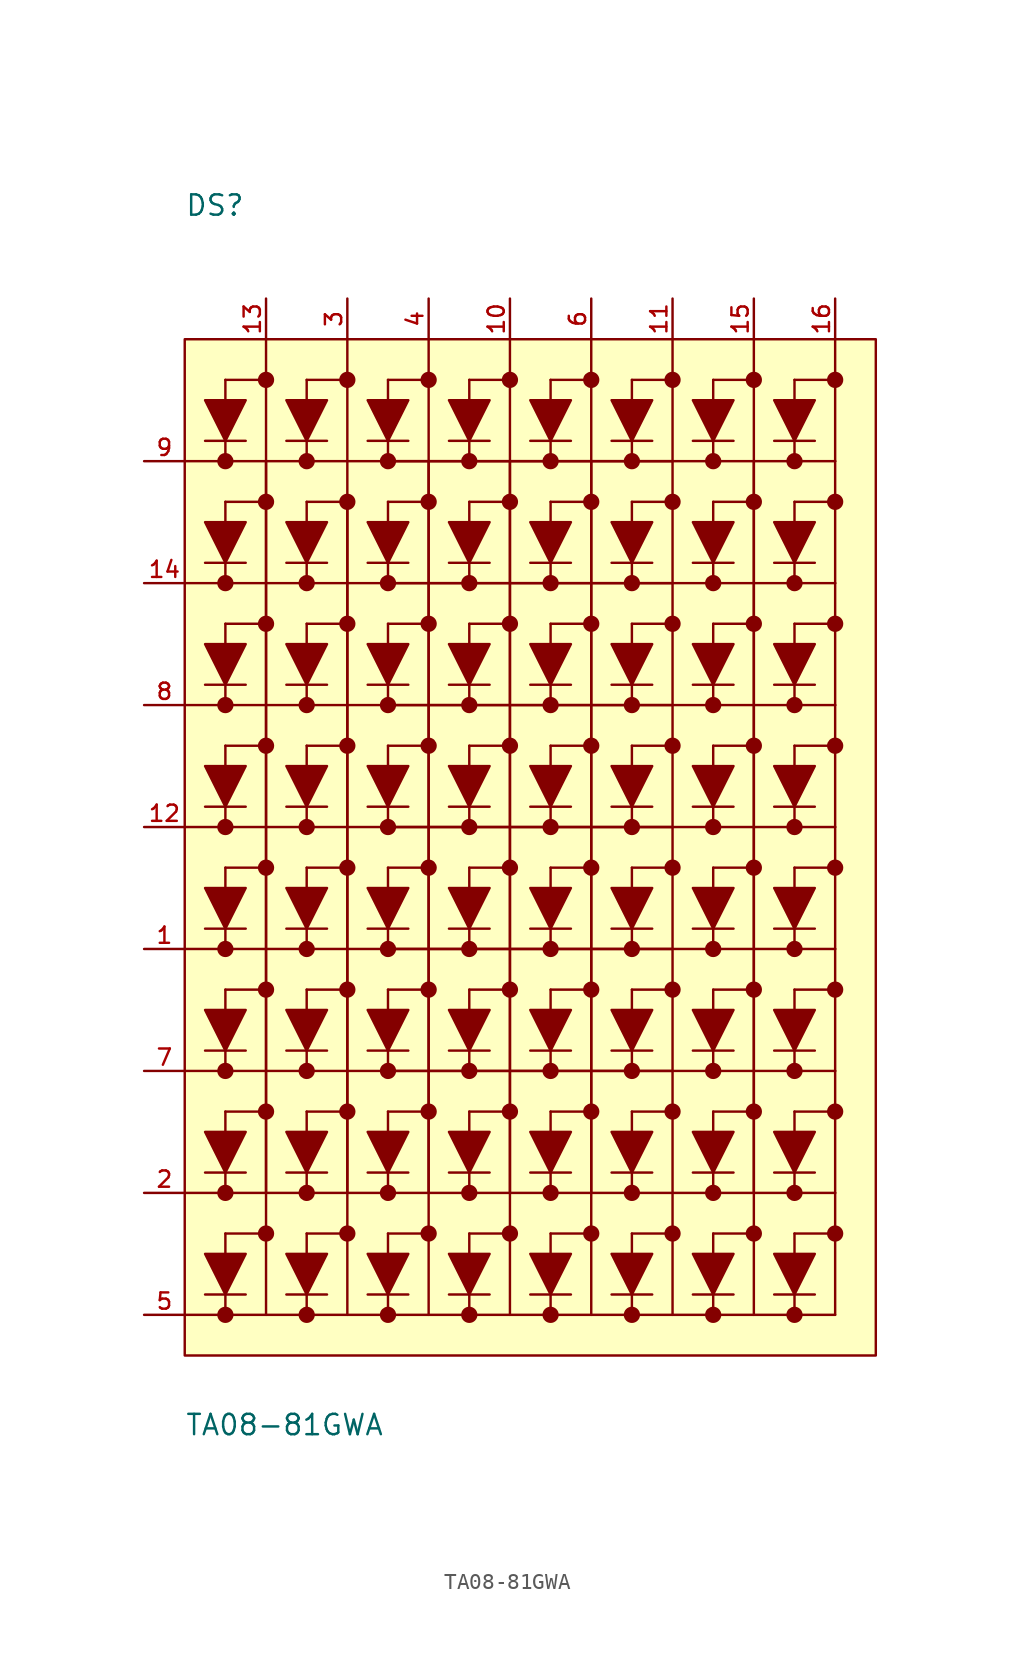
<source format=kicad_sym>
(kicad_symbol_lib
  (version 20211014)
  (generator kicad_symbol_editor)
  (symbol "TA08-81GWA"
    (pin_names
      (offset 1.016))
    (property "Reference" "DS"
      (at -20.32 38.1 0)
      (effects (font (size 1.27 1.27)) (justify bottom left)))
    (property "Value" "TA08-81GWA"
      (at -20.32 -38.1 0)
      (effects (font (size 1.27 1.27)) (justify bottom left)))
    (symbol "TA08-81GWA_0_0"
      (polyline (pts (xy -13.97 26.67) (xy -12.7 24.13) (xy -11.43 26.67) (xy -13.97 26.67)) (stroke (width 0.152)) (fill (type outline)))
      (polyline (pts (xy -13.97 24.13) (xy -11.43 24.13)) (stroke (width 0.152)))
      (polyline (pts (xy -8.89 26.67) (xy -7.62 24.13) (xy -6.35 26.67) (xy -8.89 26.67)) (stroke (width 0.152)) (fill (type outline)))
      (polyline (pts (xy -8.89 24.13) (xy -6.35 24.13)) (stroke (width 0.152)))
      (polyline (pts (xy -3.81 26.67) (xy -2.54 24.13) (xy -1.27 26.67) (xy -3.81 26.67)) (stroke (width 0.152)) (fill (type outline)))
      (polyline (pts (xy -3.81 24.13) (xy -1.27 24.13)) (stroke (width 0.152)))
      (polyline (pts (xy 1.27 26.67) (xy 2.54 24.13) (xy 3.81 26.67) (xy 1.27 26.67)) (stroke (width 0.152)) (fill (type outline)))
      (polyline (pts (xy 1.27 24.13) (xy 3.81 24.13)) (stroke (width 0.152)))
      (polyline (pts (xy 6.35 26.67) (xy 7.62 24.13) (xy 8.89 26.67) (xy 6.35 26.67)) (stroke (width 0.152)) (fill (type outline)))
      (polyline (pts (xy 6.35 24.13) (xy 8.89 24.13)) (stroke (width 0.152)))
      (polyline (pts (xy -13.97 19.05) (xy -12.7 16.51) (xy -11.43 19.05) (xy -13.97 19.05)) (stroke (width 0.152)) (fill (type outline)))
      (polyline (pts (xy -13.97 16.51) (xy -11.43 16.51)) (stroke (width 0.152)))
      (polyline (pts (xy -8.89 19.05) (xy -7.62 16.51) (xy -6.35 19.05) (xy -8.89 19.05)) (stroke (width 0.152)) (fill (type outline)))
      (polyline (pts (xy -8.89 16.51) (xy -6.35 16.51)) (stroke (width 0.152)))
      (polyline (pts (xy -3.81 19.05) (xy -2.54 16.51) (xy -1.27 19.05) (xy -3.81 19.05)) (stroke (width 0.152)) (fill (type outline)))
      (polyline (pts (xy -3.81 16.51) (xy -1.27 16.51)) (stroke (width 0.152)))
      (polyline (pts (xy 1.27 19.05) (xy 2.54 16.51) (xy 3.81 19.05) (xy 1.27 19.05)) (stroke (width 0.152)) (fill (type outline)))
      (polyline (pts (xy 1.27 16.51) (xy 3.81 16.51)) (stroke (width 0.152)))
      (polyline (pts (xy 6.35 19.05) (xy 7.62 16.51) (xy 8.89 19.05) (xy 6.35 19.05)) (stroke (width 0.152)) (fill (type outline)))
      (polyline (pts (xy 6.35 16.51) (xy 8.89 16.51)) (stroke (width 0.152)))
      (polyline (pts (xy -13.97 11.43) (xy -12.7 8.89) (xy -11.43 11.43) (xy -13.97 11.43)) (stroke (width 0.152)) (fill (type outline)))
      (polyline (pts (xy -13.97 8.89) (xy -11.43 8.89)) (stroke (width 0.152)))
      (polyline (pts (xy -8.89 11.43) (xy -7.62 8.89) (xy -6.35 11.43) (xy -8.89 11.43)) (stroke (width 0.152)) (fill (type outline)))
      (polyline (pts (xy -8.89 8.89) (xy -6.35 8.89)) (stroke (width 0.152)))
      (polyline (pts (xy -3.81 11.43) (xy -2.54 8.89) (xy -1.27 11.43) (xy -3.81 11.43)) (stroke (width 0.152)) (fill (type outline)))
      (polyline (pts (xy -3.81 8.89) (xy -1.27 8.89)) (stroke (width 0.152)))
      (polyline (pts (xy 1.27 11.43) (xy 2.54 8.89) (xy 3.81 11.43) (xy 1.27 11.43)) (stroke (width 0.152)) (fill (type outline)))
      (polyline (pts (xy 1.27 8.89) (xy 3.81 8.89)) (stroke (width 0.152)))
      (polyline (pts (xy 6.35 11.43) (xy 7.62 8.89) (xy 8.89 11.43) (xy 6.35 11.43)) (stroke (width 0.152)) (fill (type outline)))
      (polyline (pts (xy 6.35 8.89) (xy 8.89 8.89)) (stroke (width 0.152)))
      (polyline (pts (xy -13.97 3.81) (xy -12.7 1.27) (xy -11.43 3.81) (xy -13.97 3.81)) (stroke (width 0.152)) (fill (type outline)))
      (polyline (pts (xy -13.97 1.27) (xy -11.43 1.27)) (stroke (width 0.152)))
      (polyline (pts (xy -8.89 3.81) (xy -7.62 1.27) (xy -6.35 3.81) (xy -8.89 3.81)) (stroke (width 0.152)) (fill (type outline)))
      (polyline (pts (xy -8.89 1.27) (xy -6.35 1.27)) (stroke (width 0.152)))
      (polyline (pts (xy -3.81 3.81) (xy -2.54 1.27) (xy -1.27 3.81) (xy -3.81 3.81)) (stroke (width 0.152)) (fill (type outline)))
      (polyline (pts (xy -3.81 1.27) (xy -1.27 1.27)) (stroke (width 0.152)))
      (polyline (pts (xy 1.27 3.81) (xy 2.54 1.27) (xy 3.81 3.81) (xy 1.27 3.81)) (stroke (width 0.152)) (fill (type outline)))
      (polyline (pts (xy 1.27 1.27) (xy 3.81 1.27)) (stroke (width 0.152)))
      (polyline (pts (xy 6.35 3.81) (xy 7.62 1.27) (xy 8.89 3.81) (xy 6.35 3.81)) (stroke (width 0.152)) (fill (type outline)))
      (polyline (pts (xy 6.35 1.27) (xy 8.89 1.27)) (stroke (width 0.152)))
      (polyline (pts (xy -13.97 -3.81) (xy -12.7 -6.35) (xy -11.43 -3.81) (xy -13.97 -3.81)) (stroke (width 0.152)) (fill (type outline)))
      (polyline (pts (xy -13.97 -6.35) (xy -11.43 -6.35)) (stroke (width 0.152)))
      (polyline (pts (xy -8.89 -3.81) (xy -7.62 -6.35) (xy -6.35 -3.81) (xy -8.89 -3.81)) (stroke (width 0.152)) (fill (type outline)))
      (polyline (pts (xy -8.89 -6.35) (xy -6.35 -6.35)) (stroke (width 0.152)))
      (polyline (pts (xy -3.81 -3.81) (xy -2.54 -6.35) (xy -1.27 -3.81) (xy -3.81 -3.81)) (stroke (width 0.152)) (fill (type outline)))
      (polyline (pts (xy -3.81 -6.35) (xy -1.27 -6.35)) (stroke (width 0.152)))
      (polyline (pts (xy 1.27 -3.81) (xy 2.54 -6.35) (xy 3.81 -3.81) (xy 1.27 -3.81)) (stroke (width 0.152)) (fill (type outline)))
      (polyline (pts (xy 1.27 -6.35) (xy 3.81 -6.35)) (stroke (width 0.152)))
      (polyline (pts (xy 6.35 -3.81) (xy 7.62 -6.35) (xy 8.89 -3.81) (xy 6.35 -3.81)) (stroke (width 0.152)) (fill (type outline)))
      (polyline (pts (xy 6.35 -6.35) (xy 8.89 -6.35)) (stroke (width 0.152)))
      (polyline (pts (xy -13.97 -11.43) (xy -12.7 -13.97) (xy -11.43 -11.43) (xy -13.97 -11.43)) (stroke (width 0.152)) (fill (type outline)))
      (polyline (pts (xy -13.97 -13.97) (xy -11.43 -13.97)) (stroke (width 0.152)))
      (polyline (pts (xy -8.89 -11.43) (xy -7.62 -13.97) (xy -6.35 -11.43) (xy -8.89 -11.43)) (stroke (width 0.152)) (fill (type outline)))
      (polyline (pts (xy -8.89 -13.97) (xy -6.35 -13.97)) (stroke (width 0.152)))
      (polyline (pts (xy -3.81 -11.43) (xy -2.54 -13.97) (xy -1.27 -11.43) (xy -3.81 -11.43)) (stroke (width 0.152)) (fill (type outline)))
      (polyline (pts (xy -3.81 -13.97) (xy -1.27 -13.97)) (stroke (width 0.152)))
      (polyline (pts (xy 1.27 -11.43) (xy 2.54 -13.97) (xy 3.81 -11.43) (xy 1.27 -11.43)) (stroke (width 0.152)) (fill (type outline)))
      (polyline (pts (xy 1.27 -13.97) (xy 3.81 -13.97)) (stroke (width 0.152)))
      (polyline (pts (xy 6.35 -11.43) (xy 7.62 -13.97) (xy 8.89 -11.43) (xy 6.35 -11.43)) (stroke (width 0.152)) (fill (type outline)))
      (polyline (pts (xy 6.35 -13.97) (xy 8.89 -13.97)) (stroke (width 0.152)))
      (polyline (pts (xy -13.97 -19.05) (xy -12.7 -21.59) (xy -11.43 -19.05) (xy -13.97 -19.05)) (stroke (width 0.152)) (fill (type outline)))
      (polyline (pts (xy -13.97 -21.59) (xy -11.43 -21.59)) (stroke (width 0.152)))
      (polyline (pts (xy -8.89 -19.05) (xy -7.62 -21.59) (xy -6.35 -19.05) (xy -8.89 -19.05)) (stroke (width 0.152)) (fill (type outline)))
      (polyline (pts (xy -8.89 -21.59) (xy -6.35 -21.59)) (stroke (width 0.152)))
      (polyline (pts (xy -3.81 -19.05) (xy -2.54 -21.59) (xy -1.27 -19.05) (xy -3.81 -19.05)) (stroke (width 0.152)) (fill (type outline)))
      (polyline (pts (xy -3.81 -21.59) (xy -1.27 -21.59)) (stroke (width 0.152)))
      (polyline (pts (xy 1.27 -19.05) (xy 2.54 -21.59) (xy 3.81 -19.05) (xy 1.27 -19.05)) (stroke (width 0.152)) (fill (type outline)))
      (polyline (pts (xy 1.27 -21.59) (xy 3.81 -21.59)) (stroke (width 0.152)))
      (polyline (pts (xy 6.35 -19.05) (xy 7.62 -21.59) (xy 8.89 -19.05) (xy 6.35 -19.05)) (stroke (width 0.152)) (fill (type outline)))
      (polyline (pts (xy 6.35 -21.59) (xy 8.89 -21.59)) (stroke (width 0.152)))
      (polyline (pts (xy 5.08 30.48) (xy 5.08 -17.78)) (stroke (width 0.152)))
      (polyline (pts (xy 0.0 30.48) (xy 0.0 -17.78)) (stroke (width 0.152)))
      (polyline (pts (xy -5.08 30.48) (xy -5.08 -17.78)) (stroke (width 0.152)))
      (polyline (pts (xy -10.16 30.48) (xy -10.16 27.94)) (stroke (width 0.152)))
      (polyline (pts (xy -10.16 27.94) (xy -10.16 -17.78)) (stroke (width 0.152)))
      (polyline (pts (xy -15.24 30.48) (xy -15.24 -17.78)) (stroke (width 0.152)))
      (polyline (pts (xy -17.78 22.86) (xy 7.62 22.86)) (stroke (width 0.152)))
      (polyline (pts (xy 7.62 22.86) (xy 7.62 27.94)) (stroke (width 0.152)))
      (polyline (pts (xy 2.54 22.86) (xy 2.54 27.94)) (stroke (width 0.152)))
      (polyline (pts (xy -2.54 22.86) (xy -2.54 27.94)) (stroke (width 0.152)))
      (polyline (pts (xy -7.62 22.86) (xy -7.62 27.94)) (stroke (width 0.152)))
      (polyline (pts (xy -12.7 22.86) (xy -12.7 27.94)) (stroke (width 0.152)))
      (polyline (pts (xy -17.78 15.24) (xy 7.62 15.24)) (stroke (width 0.152)))
      (polyline (pts (xy 7.62 15.24) (xy 7.62 20.32)) (stroke (width 0.152)))
      (polyline (pts (xy 2.54 15.24) (xy 2.54 20.32)) (stroke (width 0.152)))
      (polyline (pts (xy -2.54 15.24) (xy -2.54 20.32)) (stroke (width 0.152)))
      (polyline (pts (xy -7.62 15.24) (xy -7.62 20.32)) (stroke (width 0.152)))
      (polyline (pts (xy -12.7 15.24) (xy -12.7 20.32)) (stroke (width 0.152)))
      (polyline (pts (xy -17.78 7.62) (xy 7.62 7.62)) (stroke (width 0.152)))
      (polyline (pts (xy 7.62 7.62) (xy 7.62 12.7)) (stroke (width 0.152)))
      (polyline (pts (xy 2.54 7.62) (xy 2.54 12.7)) (stroke (width 0.152)))
      (polyline (pts (xy -2.54 7.62) (xy -2.54 12.7)) (stroke (width 0.152)))
      (polyline (pts (xy -7.62 7.62) (xy -7.62 12.7)) (stroke (width 0.152)))
      (polyline (pts (xy -12.7 7.62) (xy -12.7 12.7)) (stroke (width 0.152)))
      (polyline (pts (xy -17.78 0.0) (xy 7.62 0.0)) (stroke (width 0.152)))
      (polyline (pts (xy 7.62 0.0) (xy 7.62 5.08)) (stroke (width 0.152)))
      (polyline (pts (xy 2.54 0.0) (xy 2.54 5.08)) (stroke (width 0.152)))
      (polyline (pts (xy -2.54 0.0) (xy -2.54 5.08)) (stroke (width 0.152)))
      (polyline (pts (xy -7.62 0.0) (xy -7.62 5.08)) (stroke (width 0.152)))
      (polyline (pts (xy -12.7 0.0) (xy -12.7 5.08)) (stroke (width 0.152)))
      (polyline (pts (xy -17.78 -7.62) (xy 7.62 -7.62)) (stroke (width 0.152)))
      (polyline (pts (xy 7.62 -7.62) (xy 7.62 -2.54)) (stroke (width 0.152)))
      (polyline (pts (xy 2.54 -7.62) (xy 2.54 -2.54)) (stroke (width 0.152)))
      (polyline (pts (xy -2.54 -7.62) (xy -2.54 -2.54)) (stroke (width 0.152)))
      (polyline (pts (xy -7.62 -7.62) (xy -7.62 -2.54)) (stroke (width 0.152)))
      (polyline (pts (xy -12.7 -7.62) (xy -12.7 -2.54)) (stroke (width 0.152)))
      (polyline (pts (xy -17.78 -15.24) (xy 7.62 -15.24)) (stroke (width 0.152)))
      (polyline (pts (xy 7.62 -15.24) (xy 7.62 -10.16)) (stroke (width 0.152)))
      (polyline (pts (xy 2.54 -15.24) (xy 2.54 -10.16)) (stroke (width 0.152)))
      (polyline (pts (xy -2.54 -15.24) (xy -2.54 -10.16)) (stroke (width 0.152)))
      (polyline (pts (xy -7.62 -15.24) (xy -7.62 -10.16)) (stroke (width 0.152)))
      (polyline (pts (xy -12.7 -15.24) (xy -12.7 -10.16)) (stroke (width 0.152)))
      (polyline (pts (xy -10.16 27.94) (xy -12.7 27.94)) (stroke (width 0.152)))
      (polyline (pts (xy -5.08 27.94) (xy -7.62 27.94)) (stroke (width 0.152)))
      (polyline (pts (xy 0.0 27.94) (xy -2.54 27.94)) (stroke (width 0.152)))
      (polyline (pts (xy 5.08 27.94) (xy 2.54 27.94)) (stroke (width 0.152)))
      (polyline (pts (xy 10.16 27.94) (xy 7.62 27.94)) (stroke (width 0.152)))
      (polyline (pts (xy -10.16 20.32) (xy -12.7 20.32)) (stroke (width 0.152)))
      (polyline (pts (xy -5.08 20.32) (xy -7.62 20.32)) (stroke (width 0.152)))
      (polyline (pts (xy 0.0 20.32) (xy -2.54 20.32)) (stroke (width 0.152)))
      (polyline (pts (xy 5.08 20.32) (xy 2.54 20.32)) (stroke (width 0.152)))
      (polyline (pts (xy 10.16 20.32) (xy 7.62 20.32)) (stroke (width 0.152)))
      (polyline (pts (xy -10.16 12.7) (xy -12.7 12.7)) (stroke (width 0.152)))
      (polyline (pts (xy -5.08 12.7) (xy -7.62 12.7)) (stroke (width 0.152)))
      (polyline (pts (xy 0.0 12.7) (xy -2.54 12.7)) (stroke (width 0.152)))
      (polyline (pts (xy 5.08 12.7) (xy 2.54 12.7)) (stroke (width 0.152)))
      (polyline (pts (xy 10.16 12.7) (xy 7.62 12.7)) (stroke (width 0.152)))
      (polyline (pts (xy -10.16 5.08) (xy -12.7 5.08)) (stroke (width 0.152)))
      (polyline (pts (xy -5.08 5.08) (xy -7.62 5.08)) (stroke (width 0.152)))
      (polyline (pts (xy 0.0 5.08) (xy -2.54 5.08)) (stroke (width 0.152)))
      (polyline (pts (xy 5.08 5.08) (xy 2.54 5.08)) (stroke (width 0.152)))
      (polyline (pts (xy 10.16 5.08) (xy 7.62 5.08)) (stroke (width 0.152)))
      (polyline (pts (xy -10.16 -2.54) (xy -12.7 -2.54)) (stroke (width 0.152)))
      (polyline (pts (xy -5.08 -2.54) (xy -7.62 -2.54)) (stroke (width 0.152)))
      (polyline (pts (xy 0.0 -2.54) (xy -2.54 -2.54)) (stroke (width 0.152)))
      (polyline (pts (xy 5.08 -2.54) (xy 2.54 -2.54)) (stroke (width 0.152)))
      (polyline (pts (xy 10.16 -2.54) (xy 7.62 -2.54)) (stroke (width 0.152)))
      (polyline (pts (xy -10.16 -10.16) (xy -12.7 -10.16)) (stroke (width 0.152)))
      (polyline (pts (xy -5.08 -10.16) (xy -7.62 -10.16)) (stroke (width 0.152)))
      (polyline (pts (xy 0.0 -10.16) (xy -2.54 -10.16)) (stroke (width 0.152)))
      (polyline (pts (xy 5.08 -10.16) (xy 2.54 -10.16)) (stroke (width 0.152)))
      (polyline (pts (xy 10.16 -10.16) (xy 7.62 -10.16)) (stroke (width 0.152)))
      (polyline (pts (xy -10.16 -17.78) (xy -12.7 -17.78)) (stroke (width 0.152)))
      (polyline (pts (xy -5.08 -17.78) (xy -7.62 -17.78)) (stroke (width 0.152)))
      (polyline (pts (xy 0.0 -17.78) (xy -2.54 -17.78)) (stroke (width 0.152)))
      (polyline (pts (xy 5.08 -17.78) (xy 2.54 -17.78)) (stroke (width 0.152)))
      (polyline (pts (xy 10.16 -17.78) (xy 7.62 -17.78)) (stroke (width 0.152)))
      (polyline (pts (xy -17.78 -22.86) (xy -15.24 -22.86)) (stroke (width 0.152)))
      (polyline (pts (xy -15.24 -22.86) (xy -10.16 -22.86)) (stroke (width 0.152)))
      (polyline (pts (xy -10.16 -22.86) (xy -5.08 -22.86)) (stroke (width 0.152)))
      (polyline (pts (xy -5.08 -22.86) (xy 0.0 -22.86)) (stroke (width 0.152)))
      (polyline (pts (xy 0.0 -22.86) (xy 5.08 -22.86)) (stroke (width 0.152)))
      (polyline (pts (xy 5.08 -22.86) (xy 7.62 -22.86)) (stroke (width 0.152)))
      (polyline (pts (xy 7.62 -22.86) (xy 7.62 -17.78)) (stroke (width 0.152)))
      (polyline (pts (xy 2.54 -22.86) (xy 2.54 -17.78)) (stroke (width 0.152)))
      (polyline (pts (xy -2.54 -22.86) (xy -2.54 -17.78)) (stroke (width 0.152)))
      (polyline (pts (xy -7.62 -22.86) (xy -7.62 -17.78)) (stroke (width 0.152)))
      (polyline (pts (xy -12.7 -22.86) (xy -12.7 -17.78)) (stroke (width 0.152)))
      (polyline (pts (xy -19.05 -19.05) (xy -17.78 -21.59) (xy -16.51 -19.05) (xy -19.05 -19.05)) (stroke (width 0.152)) (fill (type outline)))
      (polyline (pts (xy -19.05 -21.59) (xy -16.51 -21.59)) (stroke (width 0.152)))
      (polyline (pts (xy -15.24 -17.78) (xy -17.78 -17.78)) (stroke (width 0.152)))
      (polyline (pts (xy -17.78 -22.86) (xy -17.78 -17.78)) (stroke (width 0.152)))
      (circle (center -10.16 27.94) (radius 0.254) (stroke (width 0.508)) (fill (type none)))
      (circle (center -5.08 27.94) (radius 0.254) (stroke (width 0.508)) (fill (type none)))
      (circle (center 0.0 27.94) (radius 0.254) (stroke (width 0.508)) (fill (type none)))
      (circle (center 5.08 27.94) (radius 0.254) (stroke (width 0.508)) (fill (type none)))
      (circle (center 10.16 27.94) (radius 0.254) (stroke (width 0.508)) (fill (type none)))
      (circle (center -12.7 22.86) (radius 0.254) (stroke (width 0.508)) (fill (type none)))
      (circle (center -7.62 22.86) (radius 0.254) (stroke (width 0.508)) (fill (type none)))
      (circle (center -2.54 22.86) (radius 0.254) (stroke (width 0.508)) (fill (type none)))
      (circle (center 2.54 22.86) (radius 0.254) (stroke (width 0.508)) (fill (type none)))
      (circle (center 7.62 22.86) (radius 0.254) (stroke (width 0.508)) (fill (type none)))
      (circle (center -10.16 20.32) (radius 0.254) (stroke (width 0.508)) (fill (type none)))
      (circle (center -5.08 20.32) (radius 0.254) (stroke (width 0.508)) (fill (type none)))
      (circle (center 0.0 20.32) (radius 0.254) (stroke (width 0.508)) (fill (type none)))
      (circle (center 5.08 20.32) (radius 0.254) (stroke (width 0.508)) (fill (type none)))
      (circle (center 10.16 20.32) (radius 0.254) (stroke (width 0.508)) (fill (type none)))
      (circle (center -12.7 15.24) (radius 0.254) (stroke (width 0.508)) (fill (type none)))
      (circle (center -7.62 15.24) (radius 0.254) (stroke (width 0.508)) (fill (type none)))
      (circle (center -2.54 15.24) (radius 0.254) (stroke (width 0.508)) (fill (type none)))
      (circle (center 2.54 15.24) (radius 0.254) (stroke (width 0.508)) (fill (type none)))
      (circle (center 7.62 15.24) (radius 0.254) (stroke (width 0.508)) (fill (type none)))
      (circle (center -10.16 12.7) (radius 0.254) (stroke (width 0.508)) (fill (type none)))
      (circle (center -5.08 12.7) (radius 0.254) (stroke (width 0.508)) (fill (type none)))
      (circle (center 0.0 12.7) (radius 0.254) (stroke (width 0.508)) (fill (type none)))
      (circle (center 5.08 12.7) (radius 0.254) (stroke (width 0.508)) (fill (type none)))
      (circle (center 10.16 12.7) (radius 0.254) (stroke (width 0.508)) (fill (type none)))
      (circle (center -12.7 7.62) (radius 0.254) (stroke (width 0.508)) (fill (type none)))
      (circle (center -7.62 7.62) (radius 0.254) (stroke (width 0.508)) (fill (type none)))
      (circle (center -2.54 7.62) (radius 0.254) (stroke (width 0.508)) (fill (type none)))
      (circle (center 2.54 7.62) (radius 0.254) (stroke (width 0.508)) (fill (type none)))
      (circle (center 7.62 7.62) (radius 0.254) (stroke (width 0.508)) (fill (type none)))
      (circle (center -10.16 5.08) (radius 0.254) (stroke (width 0.508)) (fill (type none)))
      (circle (center -5.08 5.08) (radius 0.254) (stroke (width 0.508)) (fill (type none)))
      (circle (center 0.0 5.08) (radius 0.254) (stroke (width 0.508)) (fill (type none)))
      (circle (center 5.08 5.08) (radius 0.254) (stroke (width 0.508)) (fill (type none)))
      (circle (center 10.16 5.08) (radius 0.254) (stroke (width 0.508)) (fill (type none)))
      (circle (center -12.7 0.0) (radius 0.254) (stroke (width 0.508)) (fill (type none)))
      (circle (center -7.62 0.0) (radius 0.254) (stroke (width 0.508)) (fill (type none)))
      (circle (center -2.54 0.0) (radius 0.254) (stroke (width 0.508)) (fill (type none)))
      (circle (center 2.54 0.0) (radius 0.254) (stroke (width 0.508)) (fill (type none)))
      (circle (center 7.62 0.0) (radius 0.254) (stroke (width 0.508)) (fill (type none)))
      (circle (center -10.16 -2.54) (radius 0.254) (stroke (width 0.508)) (fill (type none)))
      (circle (center -5.08 -2.54) (radius 0.254) (stroke (width 0.508)) (fill (type none)))
      (circle (center 0.0 -2.54) (radius 0.254) (stroke (width 0.508)) (fill (type none)))
      (circle (center 5.08 -2.54) (radius 0.254) (stroke (width 0.508)) (fill (type none)))
      (circle (center 10.16 -2.54) (radius 0.254) (stroke (width 0.508)) (fill (type none)))
      (circle (center -12.7 -7.62) (radius 0.254) (stroke (width 0.508)) (fill (type none)))
      (circle (center -7.62 -7.62) (radius 0.254) (stroke (width 0.508)) (fill (type none)))
      (circle (center -2.54 -7.62) (radius 0.254) (stroke (width 0.508)) (fill (type none)))
      (circle (center 2.54 -7.62) (radius 0.254) (stroke (width 0.508)) (fill (type none)))
      (circle (center 7.62 -7.62) (radius 0.254) (stroke (width 0.508)) (fill (type none)))
      (circle (center -10.16 -10.16) (radius 0.254) (stroke (width 0.508)) (fill (type none)))
      (circle (center -5.08 -10.16) (radius 0.254) (stroke (width 0.508)) (fill (type none)))
      (circle (center 0.0 -10.16) (radius 0.254) (stroke (width 0.508)) (fill (type none)))
      (circle (center 5.08 -10.16) (radius 0.254) (stroke (width 0.508)) (fill (type none)))
      (circle (center 10.16 -10.16) (radius 0.254) (stroke (width 0.508)) (fill (type none)))
      (circle (center -12.7 -15.24) (radius 0.254) (stroke (width 0.508)) (fill (type none)))
      (circle (center -7.62 -15.24) (radius 0.254) (stroke (width 0.508)) (fill (type none)))
      (circle (center -2.54 -15.24) (radius 0.254) (stroke (width 0.508)) (fill (type none)))
      (circle (center 2.54 -15.24) (radius 0.254) (stroke (width 0.508)) (fill (type none)))
      (circle (center 7.62 -15.24) (radius 0.254) (stroke (width 0.508)) (fill (type none)))
      (circle (center -10.16 -17.78) (radius 0.254) (stroke (width 0.508)) (fill (type none)))
      (circle (center -5.08 -17.78) (radius 0.254) (stroke (width 0.508)) (fill (type none)))
      (circle (center 0.0 -17.78) (radius 0.254) (stroke (width 0.508)) (fill (type none)))
      (circle (center 5.08 -17.78) (radius 0.254) (stroke (width 0.508)) (fill (type none)))
      (circle (center 10.16 -17.78) (radius 0.254) (stroke (width 0.508)) (fill (type none)))
      (circle (center -12.7 -22.86) (radius 0.254) (stroke (width 0.508)) (fill (type none)))
      (circle (center -7.62 -22.86) (radius 0.254) (stroke (width 0.508)) (fill (type none)))
      (circle (center -2.54 -22.86) (radius 0.254) (stroke (width 0.508)) (fill (type none)))
      (circle (center 2.54 -22.86) (radius 0.254) (stroke (width 0.508)) (fill (type none)))
      (circle (center 7.62 -22.86) (radius 0.254) (stroke (width 0.508)) (fill (type none)))
      (circle (center -15.24 -17.78) (radius 0.254) (stroke (width 0.508)) (fill (type none)))
      (circle (center -17.78 -22.86) (radius 0.254) (stroke (width 0.508)) (fill (type none)))
      (polyline (pts (xy 10.16 30.48) (xy 10.16 22.86)) (stroke (width 0.152)))
      (polyline (pts (xy 10.16 22.86) (xy 10.16 15.24)) (stroke (width 0.152)))
      (polyline (pts (xy 10.16 15.24) (xy 10.16 7.62)) (stroke (width 0.152)))
      (polyline (pts (xy 10.16 7.62) (xy 10.16 0.0)) (stroke (width 0.152)))
      (polyline (pts (xy 10.16 0.0) (xy 10.16 -7.62)) (stroke (width 0.152)))
      (polyline (pts (xy 10.16 -7.62) (xy 10.16 -15.24)) (stroke (width 0.152)))
      (polyline (pts (xy 10.16 -15.24) (xy 10.16 -17.78)) (stroke (width 0.152)))
      (polyline (pts (xy -20.32 -22.86) (xy -17.78 -22.86)) (stroke (width 0.152)))
      (polyline (pts (xy 10.16 22.86) (xy 7.62 22.86)) (stroke (width 0.152)))
      (polyline (pts (xy 10.16 15.24) (xy 7.62 15.24)) (stroke (width 0.152)))
      (polyline (pts (xy 10.16 7.62) (xy 7.62 7.62)) (stroke (width 0.152)))
      (polyline (pts (xy 7.62 0.0) (xy 10.16 0.0)) (stroke (width 0.152)))
      (polyline (pts (xy 10.16 -7.62) (xy 7.62 -7.62)) (stroke (width 0.152)))
      (polyline (pts (xy 10.16 -15.24) (xy 7.62 -15.24)) (stroke (width 0.152)))
      (polyline (pts (xy 10.16 -17.78) (xy 10.16 -22.86)) (stroke (width 0.152)))
      (polyline (pts (xy 10.16 -22.86) (xy 7.62 -22.86)) (stroke (width 0.152)))
      (polyline (pts (xy 5.08 -17.78) (xy 5.08 -22.86)) (stroke (width 0.152)))
      (polyline (pts (xy 0.0 -17.78) (xy 0.0 -22.86)) (stroke (width 0.152)))
      (polyline (pts (xy -5.08 -17.78) (xy -5.08 -22.86)) (stroke (width 0.152)))
      (polyline (pts (xy -10.16 -17.78) (xy -10.16 -22.86)) (stroke (width 0.152)))
      (polyline (pts (xy -15.24 -17.78) (xy -15.24 -22.86)) (stroke (width 0.152)))
      (polyline (pts (xy -19.05 -11.43) (xy -17.78 -13.97) (xy -16.51 -11.43) (xy -19.05 -11.43)) (stroke (width 0.152)) (fill (type outline)))
      (polyline (pts (xy -19.05 -13.97) (xy -16.51 -13.97)) (stroke (width 0.152)))
      (polyline (pts (xy -15.24 -10.16) (xy -17.78 -10.16)) (stroke (width 0.152)))
      (polyline (pts (xy -17.78 -15.24) (xy -17.78 -10.16)) (stroke (width 0.152)))
      (circle (center -17.78 -15.24) (radius 0.254) (stroke (width 0.508)) (fill (type none)))
      (polyline (pts (xy -20.32 -15.24) (xy -17.78 -15.24)) (stroke (width 0.152)))
      (polyline (pts (xy -19.05 -3.81) (xy -17.78 -6.35) (xy -16.51 -3.81) (xy -19.05 -3.81)) (stroke (width 0.152)) (fill (type outline)))
      (polyline (pts (xy -19.05 -6.35) (xy -16.51 -6.35)) (stroke (width 0.152)))
      (polyline (pts (xy -15.24 -2.54) (xy -17.78 -2.54)) (stroke (width 0.152)))
      (polyline (pts (xy -17.78 -7.62) (xy -17.78 -2.54)) (stroke (width 0.152)))
      (circle (center -17.78 -7.62) (radius 0.254) (stroke (width 0.508)) (fill (type none)))
      (polyline (pts (xy -20.32 -7.62) (xy -17.78 -7.62)) (stroke (width 0.152)))
      (polyline (pts (xy -19.05 3.81) (xy -17.78 1.27) (xy -16.51 3.81) (xy -19.05 3.81)) (stroke (width 0.152)) (fill (type outline)))
      (polyline (pts (xy -19.05 1.27) (xy -16.51 1.27)) (stroke (width 0.152)))
      (polyline (pts (xy -15.24 5.08) (xy -17.78 5.08)) (stroke (width 0.152)))
      (polyline (pts (xy -17.78 0.0) (xy -17.78 5.08)) (stroke (width 0.152)))
      (circle (center -17.78 0.0) (radius 0.254) (stroke (width 0.508)) (fill (type none)))
      (polyline (pts (xy -20.32 0.0) (xy -17.78 0.0)) (stroke (width 0.152)))
      (polyline (pts (xy -19.05 11.43) (xy -17.78 8.89) (xy -16.51 11.43) (xy -19.05 11.43)) (stroke (width 0.152)) (fill (type outline)))
      (polyline (pts (xy -19.05 8.89) (xy -16.51 8.89)) (stroke (width 0.152)))
      (polyline (pts (xy -15.24 12.7) (xy -17.78 12.7)) (stroke (width 0.152)))
      (polyline (pts (xy -17.78 7.62) (xy -17.78 12.7)) (stroke (width 0.152)))
      (circle (center -17.78 7.62) (radius 0.254) (stroke (width 0.508)) (fill (type none)))
      (polyline (pts (xy -20.32 7.62) (xy -17.78 7.62)) (stroke (width 0.152)))
      (polyline (pts (xy -19.05 19.05) (xy -17.78 16.51) (xy -16.51 19.05) (xy -19.05 19.05)) (stroke (width 0.152)) (fill (type outline)))
      (polyline (pts (xy -19.05 16.51) (xy -16.51 16.51)) (stroke (width 0.152)))
      (polyline (pts (xy -15.24 20.32) (xy -17.78 20.32)) (stroke (width 0.152)))
      (polyline (pts (xy -17.78 15.24) (xy -17.78 20.32)) (stroke (width 0.152)))
      (circle (center -17.78 15.24) (radius 0.254) (stroke (width 0.508)) (fill (type none)))
      (polyline (pts (xy -20.32 15.24) (xy -17.78 15.24)) (stroke (width 0.152)))
      (polyline (pts (xy -19.05 26.67) (xy -17.78 24.13) (xy -16.51 26.67) (xy -19.05 26.67)) (stroke (width 0.152)) (fill (type outline)))
      (polyline (pts (xy -19.05 24.13) (xy -16.51 24.13)) (stroke (width 0.152)))
      (polyline (pts (xy -15.24 27.94) (xy -17.78 27.94)) (stroke (width 0.152)))
      (polyline (pts (xy -17.78 22.86) (xy -17.78 27.94)) (stroke (width 0.152)))
      (circle (center -17.78 22.86) (radius 0.254) (stroke (width 0.508)) (fill (type none)))
      (polyline (pts (xy -20.32 22.86) (xy -17.78 22.86)) (stroke (width 0.152)))
      (circle (center -15.24 -10.16) (radius 0.254) (stroke (width 0.508)) (fill (type none)))
      (circle (center -15.24 -2.54) (radius 0.254) (stroke (width 0.508)) (fill (type none)))
      (circle (center -15.24 5.08) (radius 0.254) (stroke (width 0.508)) (fill (type none)))
      (circle (center -15.24 12.7) (radius 0.254) (stroke (width 0.508)) (fill (type none)))
      (circle (center -15.24 20.32) (radius 0.254) (stroke (width 0.508)) (fill (type none)))
      (circle (center -15.24 27.94) (radius 0.254) (stroke (width 0.508)) (fill (type none)))
      (polyline (pts (xy 11.43 26.67) (xy 12.7 24.13) (xy 13.97 26.67) (xy 11.43 26.67)) (stroke (width 0.152)) (fill (type outline)))
      (polyline (pts (xy 11.43 24.13) (xy 13.97 24.13)) (stroke (width 0.152)))
      (polyline (pts (xy 16.51 26.67) (xy 17.78 24.13) (xy 19.05 26.67) (xy 16.51 26.67)) (stroke (width 0.152)) (fill (type outline)))
      (polyline (pts (xy 16.51 24.13) (xy 19.05 24.13)) (stroke (width 0.152)))
      (polyline (pts (xy 11.43 19.05) (xy 12.7 16.51) (xy 13.97 19.05) (xy 11.43 19.05)) (stroke (width 0.152)) (fill (type outline)))
      (polyline (pts (xy 11.43 16.51) (xy 13.97 16.51)) (stroke (width 0.152)))
      (polyline (pts (xy 16.51 19.05) (xy 17.78 16.51) (xy 19.05 19.05) (xy 16.51 19.05)) (stroke (width 0.152)) (fill (type outline)))
      (polyline (pts (xy 16.51 16.51) (xy 19.05 16.51)) (stroke (width 0.152)))
      (polyline (pts (xy 11.43 11.43) (xy 12.7 8.89) (xy 13.97 11.43) (xy 11.43 11.43)) (stroke (width 0.152)) (fill (type outline)))
      (polyline (pts (xy 11.43 8.89) (xy 13.97 8.89)) (stroke (width 0.152)))
      (polyline (pts (xy 16.51 11.43) (xy 17.78 8.89) (xy 19.05 11.43) (xy 16.51 11.43)) (stroke (width 0.152)) (fill (type outline)))
      (polyline (pts (xy 16.51 8.89) (xy 19.05 8.89)) (stroke (width 0.152)))
      (polyline (pts (xy 11.43 3.81) (xy 12.7 1.27) (xy 13.97 3.81) (xy 11.43 3.81)) (stroke (width 0.152)) (fill (type outline)))
      (polyline (pts (xy 11.43 1.27) (xy 13.97 1.27)) (stroke (width 0.152)))
      (polyline (pts (xy 16.51 3.81) (xy 17.78 1.27) (xy 19.05 3.81) (xy 16.51 3.81)) (stroke (width 0.152)) (fill (type outline)))
      (polyline (pts (xy 16.51 1.27) (xy 19.05 1.27)) (stroke (width 0.152)))
      (polyline (pts (xy 11.43 -3.81) (xy 12.7 -6.35) (xy 13.97 -3.81) (xy 11.43 -3.81)) (stroke (width 0.152)) (fill (type outline)))
      (polyline (pts (xy 11.43 -6.35) (xy 13.97 -6.35)) (stroke (width 0.152)))
      (polyline (pts (xy 16.51 -3.81) (xy 17.78 -6.35) (xy 19.05 -3.81) (xy 16.51 -3.81)) (stroke (width 0.152)) (fill (type outline)))
      (polyline (pts (xy 16.51 -6.35) (xy 19.05 -6.35)) (stroke (width 0.152)))
      (polyline (pts (xy 11.43 -11.43) (xy 12.7 -13.97) (xy 13.97 -11.43) (xy 11.43 -11.43)) (stroke (width 0.152)) (fill (type outline)))
      (polyline (pts (xy 11.43 -13.97) (xy 13.97 -13.97)) (stroke (width 0.152)))
      (polyline (pts (xy 16.51 -11.43) (xy 17.78 -13.97) (xy 19.05 -11.43) (xy 16.51 -11.43)) (stroke (width 0.152)) (fill (type outline)))
      (polyline (pts (xy 16.51 -13.97) (xy 19.05 -13.97)) (stroke (width 0.152)))
      (polyline (pts (xy 11.43 -19.05) (xy 12.7 -21.59) (xy 13.97 -19.05) (xy 11.43 -19.05)) (stroke (width 0.152)) (fill (type outline)))
      (polyline (pts (xy 11.43 -21.59) (xy 13.97 -21.59)) (stroke (width 0.152)))
      (polyline (pts (xy 16.51 -19.05) (xy 17.78 -21.59) (xy 19.05 -19.05) (xy 16.51 -19.05)) (stroke (width 0.152)) (fill (type outline)))
      (polyline (pts (xy 16.51 -21.59) (xy 19.05 -21.59)) (stroke (width 0.152)))
      (polyline (pts (xy 15.24 30.48) (xy 15.24 -17.78)) (stroke (width 0.152)))
      (polyline (pts (xy -7.62 22.86) (xy 17.78 22.86)) (stroke (width 0.152)))
      (polyline (pts (xy 17.78 22.86) (xy 17.78 27.94)) (stroke (width 0.152)))
      (polyline (pts (xy 12.7 22.86) (xy 12.7 27.94)) (stroke (width 0.152)))
      (polyline (pts (xy -7.62 15.24) (xy 17.78 15.24)) (stroke (width 0.152)))
      (polyline (pts (xy 17.78 15.24) (xy 17.78 20.32)) (stroke (width 0.152)))
      (polyline (pts (xy 12.7 15.24) (xy 12.7 20.32)) (stroke (width 0.152)))
      (polyline (pts (xy -7.62 7.62) (xy 17.78 7.62)) (stroke (width 0.152)))
      (polyline (pts (xy 17.78 7.62) (xy 17.78 12.7)) (stroke (width 0.152)))
      (polyline (pts (xy 12.7 7.62) (xy 12.7 12.7)) (stroke (width 0.152)))
      (polyline (pts (xy -7.62 0.0) (xy 17.78 0.0)) (stroke (width 0.152)))
      (polyline (pts (xy 17.78 0.0) (xy 17.78 5.08)) (stroke (width 0.152)))
      (polyline (pts (xy 12.7 0.0) (xy 12.7 5.08)) (stroke (width 0.152)))
      (polyline (pts (xy -7.62 -7.62) (xy 17.78 -7.62)) (stroke (width 0.152)))
      (polyline (pts (xy 17.78 -7.62) (xy 17.78 -2.54)) (stroke (width 0.152)))
      (polyline (pts (xy 12.7 -7.62) (xy 12.7 -2.54)) (stroke (width 0.152)))
      (polyline (pts (xy -7.62 -15.24) (xy 17.78 -15.24)) (stroke (width 0.152)))
      (polyline (pts (xy 17.78 -15.24) (xy 17.78 -10.16)) (stroke (width 0.152)))
      (polyline (pts (xy 12.7 -15.24) (xy 12.7 -10.16)) (stroke (width 0.152)))
      (polyline (pts (xy 15.24 27.94) (xy 12.7 27.94)) (stroke (width 0.152)))
      (polyline (pts (xy 20.32 27.94) (xy 17.78 27.94)) (stroke (width 0.152)))
      (polyline (pts (xy 15.24 20.32) (xy 12.7 20.32)) (stroke (width 0.152)))
      (polyline (pts (xy 20.32 20.32) (xy 17.78 20.32)) (stroke (width 0.152)))
      (polyline (pts (xy 15.24 12.7) (xy 12.7 12.7)) (stroke (width 0.152)))
      (polyline (pts (xy 20.32 12.7) (xy 17.78 12.7)) (stroke (width 0.152)))
      (polyline (pts (xy 15.24 5.08) (xy 12.7 5.08)) (stroke (width 0.152)))
      (polyline (pts (xy 20.32 5.08) (xy 17.78 5.08)) (stroke (width 0.152)))
      (polyline (pts (xy 15.24 -2.54) (xy 12.7 -2.54)) (stroke (width 0.152)))
      (polyline (pts (xy 20.32 -2.54) (xy 17.78 -2.54)) (stroke (width 0.152)))
      (polyline (pts (xy 15.24 -10.16) (xy 12.7 -10.16)) (stroke (width 0.152)))
      (polyline (pts (xy 20.32 -10.16) (xy 17.78 -10.16)) (stroke (width 0.152)))
      (polyline (pts (xy 15.24 -17.78) (xy 12.7 -17.78)) (stroke (width 0.152)))
      (polyline (pts (xy 20.32 -17.78) (xy 17.78 -17.78)) (stroke (width 0.152)))
      (polyline (pts (xy 10.16 -22.86) (xy 15.24 -22.86)) (stroke (width 0.152)))
      (polyline (pts (xy 15.24 -22.86) (xy 17.78 -22.86)) (stroke (width 0.152)))
      (polyline (pts (xy 17.78 -22.86) (xy 17.78 -17.78)) (stroke (width 0.152)))
      (polyline (pts (xy 12.7 -22.86) (xy 12.7 -17.78)) (stroke (width 0.152)))
      (circle (center 15.24 27.94) (radius 0.254) (stroke (width 0.508)) (fill (type none)))
      (circle (center 20.32 27.94) (radius 0.254) (stroke (width 0.508)) (fill (type none)))
      (circle (center 12.7 22.86) (radius 0.254) (stroke (width 0.508)) (fill (type none)))
      (circle (center 17.78 22.86) (radius 0.254) (stroke (width 0.508)) (fill (type none)))
      (circle (center 15.24 20.32) (radius 0.254) (stroke (width 0.508)) (fill (type none)))
      (circle (center 20.32 20.32) (radius 0.254) (stroke (width 0.508)) (fill (type none)))
      (circle (center 12.7 15.24) (radius 0.254) (stroke (width 0.508)) (fill (type none)))
      (circle (center 17.78 15.24) (radius 0.254) (stroke (width 0.508)) (fill (type none)))
      (circle (center 15.24 12.7) (radius 0.254) (stroke (width 0.508)) (fill (type none)))
      (circle (center 20.32 12.7) (radius 0.254) (stroke (width 0.508)) (fill (type none)))
      (circle (center 12.7 7.62) (radius 0.254) (stroke (width 0.508)) (fill (type none)))
      (circle (center 17.78 7.62) (radius 0.254) (stroke (width 0.508)) (fill (type none)))
      (circle (center 15.24 5.08) (radius 0.254) (stroke (width 0.508)) (fill (type none)))
      (circle (center 20.32 5.08) (radius 0.254) (stroke (width 0.508)) (fill (type none)))
      (circle (center 12.7 0.0) (radius 0.254) (stroke (width 0.508)) (fill (type none)))
      (circle (center 17.78 0.0) (radius 0.254) (stroke (width 0.508)) (fill (type none)))
      (circle (center 15.24 -2.54) (radius 0.254) (stroke (width 0.508)) (fill (type none)))
      (circle (center 20.32 -2.54) (radius 0.254) (stroke (width 0.508)) (fill (type none)))
      (circle (center 12.7 -7.62) (radius 0.254) (stroke (width 0.508)) (fill (type none)))
      (circle (center 17.78 -7.62) (radius 0.254) (stroke (width 0.508)) (fill (type none)))
      (circle (center 15.24 -10.16) (radius 0.254) (stroke (width 0.508)) (fill (type none)))
      (circle (center 20.32 -10.16) (radius 0.254) (stroke (width 0.508)) (fill (type none)))
      (circle (center 12.7 -15.24) (radius 0.254) (stroke (width 0.508)) (fill (type none)))
      (circle (center 17.78 -15.24) (radius 0.254) (stroke (width 0.508)) (fill (type none)))
      (circle (center 15.24 -17.78) (radius 0.254) (stroke (width 0.508)) (fill (type none)))
      (circle (center 20.32 -17.78) (radius 0.254) (stroke (width 0.508)) (fill (type none)))
      (circle (center 12.7 -22.86) (radius 0.254) (stroke (width 0.508)) (fill (type none)))
      (circle (center 17.78 -22.86) (radius 0.254) (stroke (width 0.508)) (fill (type none)))
      (polyline (pts (xy 20.32 30.48) (xy 20.32 22.86)) (stroke (width 0.152)))
      (polyline (pts (xy 20.32 22.86) (xy 20.32 15.24)) (stroke (width 0.152)))
      (polyline (pts (xy 20.32 15.24) (xy 20.32 7.62)) (stroke (width 0.152)))
      (polyline (pts (xy 20.32 7.62) (xy 20.32 0.0)) (stroke (width 0.152)))
      (polyline (pts (xy 20.32 0.0) (xy 20.32 -7.62)) (stroke (width 0.152)))
      (polyline (pts (xy 20.32 -7.62) (xy 20.32 -15.24)) (stroke (width 0.152)))
      (polyline (pts (xy 20.32 -15.24) (xy 20.32 -17.78)) (stroke (width 0.152)))
      (polyline (pts (xy 20.32 22.86) (xy 17.78 22.86)) (stroke (width 0.152)))
      (polyline (pts (xy 20.32 15.24) (xy 17.78 15.24)) (stroke (width 0.152)))
      (polyline (pts (xy 20.32 7.62) (xy 17.78 7.62)) (stroke (width 0.152)))
      (polyline (pts (xy 17.78 0.0) (xy 20.32 0.0)) (stroke (width 0.152)))
      (polyline (pts (xy 20.32 -7.62) (xy 17.78 -7.62)) (stroke (width 0.152)))
      (polyline (pts (xy 20.32 -15.24) (xy 17.78 -15.24)) (stroke (width 0.152)))
      (polyline (pts (xy 20.32 -17.78) (xy 20.32 -22.86)) (stroke (width 0.152)))
      (polyline (pts (xy 20.32 -22.86) (xy 17.78 -22.86)) (stroke (width 0.152)))
      (polyline (pts (xy 15.24 -17.78) (xy 15.24 -22.86)) (stroke (width 0.152)))
      (polyline (pts (xy -13.97 -26.67) (xy -12.7 -29.21) (xy -11.43 -26.67) (xy -13.97 -26.67)) (stroke (width 0.152)) (fill (type outline)))
      (polyline (pts (xy -13.97 -29.21) (xy -11.43 -29.21)) (stroke (width 0.152)))
      (polyline (pts (xy -8.89 -26.67) (xy -7.62 -29.21) (xy -6.35 -26.67) (xy -8.89 -26.67)) (stroke (width 0.152)) (fill (type outline)))
      (polyline (pts (xy -8.89 -29.21) (xy -6.35 -29.21)) (stroke (width 0.152)))
      (polyline (pts (xy -3.81 -26.67) (xy -2.54 -29.21) (xy -1.27 -26.67) (xy -3.81 -26.67)) (stroke (width 0.152)) (fill (type outline)))
      (polyline (pts (xy -3.81 -29.21) (xy -1.27 -29.21)) (stroke (width 0.152)))
      (polyline (pts (xy 1.27 -26.67) (xy 2.54 -29.21) (xy 3.81 -26.67) (xy 1.27 -26.67)) (stroke (width 0.152)) (fill (type outline)))
      (polyline (pts (xy 1.27 -29.21) (xy 3.81 -29.21)) (stroke (width 0.152)))
      (polyline (pts (xy 6.35 -26.67) (xy 7.62 -29.21) (xy 8.89 -26.67) (xy 6.35 -26.67)) (stroke (width 0.152)) (fill (type outline)))
      (polyline (pts (xy 6.35 -29.21) (xy 8.89 -29.21)) (stroke (width 0.152)))
      (polyline (pts (xy 5.08 22.86) (xy 5.08 -25.4)) (stroke (width 0.152)))
      (polyline (pts (xy 0.0 22.86) (xy 0.0 -25.4)) (stroke (width 0.152)))
      (polyline (pts (xy -5.08 22.86) (xy -5.08 -25.4)) (stroke (width 0.152)))
      (polyline (pts (xy -10.16 20.32) (xy -10.16 -25.4)) (stroke (width 0.152)))
      (polyline (pts (xy -15.24 22.86) (xy -15.24 -25.4)) (stroke (width 0.152)))
      (polyline (pts (xy -10.16 -25.4) (xy -12.7 -25.4)) (stroke (width 0.152)))
      (polyline (pts (xy -5.08 -25.4) (xy -7.62 -25.4)) (stroke (width 0.152)))
      (polyline (pts (xy 0.0 -25.4) (xy -2.54 -25.4)) (stroke (width 0.152)))
      (polyline (pts (xy 5.08 -25.4) (xy 2.54 -25.4)) (stroke (width 0.152)))
      (polyline (pts (xy 10.16 -25.4) (xy 7.62 -25.4)) (stroke (width 0.152)))
      (polyline (pts (xy -17.78 -30.48) (xy -15.24 -30.48)) (stroke (width 0.152)))
      (polyline (pts (xy -15.24 -30.48) (xy -10.16 -30.48)) (stroke (width 0.152)))
      (polyline (pts (xy -10.16 -30.48) (xy -5.08 -30.48)) (stroke (width 0.152)))
      (polyline (pts (xy -5.08 -30.48) (xy 0.0 -30.48)) (stroke (width 0.152)))
      (polyline (pts (xy 0.0 -30.48) (xy 5.08 -30.48)) (stroke (width 0.152)))
      (polyline (pts (xy 5.08 -30.48) (xy 7.62 -30.48)) (stroke (width 0.152)))
      (polyline (pts (xy 7.62 -30.48) (xy 7.62 -25.4)) (stroke (width 0.152)))
      (polyline (pts (xy 2.54 -30.48) (xy 2.54 -25.4)) (stroke (width 0.152)))
      (polyline (pts (xy -2.54 -30.48) (xy -2.54 -25.4)) (stroke (width 0.152)))
      (polyline (pts (xy -7.62 -30.48) (xy -7.62 -25.4)) (stroke (width 0.152)))
      (polyline (pts (xy -12.7 -30.48) (xy -12.7 -25.4)) (stroke (width 0.152)))
      (polyline (pts (xy -19.05 -26.67) (xy -17.78 -29.21) (xy -16.51 -26.67) (xy -19.05 -26.67)) (stroke (width 0.152)) (fill (type outline)))
      (polyline (pts (xy -19.05 -29.21) (xy -16.51 -29.21)) (stroke (width 0.152)))
      (polyline (pts (xy -15.24 -25.4) (xy -17.78 -25.4)) (stroke (width 0.152)))
      (polyline (pts (xy -17.78 -30.48) (xy -17.78 -25.4)) (stroke (width 0.152)))
      (circle (center -10.16 -25.4) (radius 0.254) (stroke (width 0.508)) (fill (type none)))
      (circle (center -5.08 -25.4) (radius 0.254) (stroke (width 0.508)) (fill (type none)))
      (circle (center 0.0 -25.4) (radius 0.254) (stroke (width 0.508)) (fill (type none)))
      (circle (center 5.08 -25.4) (radius 0.254) (stroke (width 0.508)) (fill (type none)))
      (circle (center 10.16 -25.4) (radius 0.254) (stroke (width 0.508)) (fill (type none)))
      (circle (center -12.7 -30.48) (radius 0.254) (stroke (width 0.508)) (fill (type none)))
      (circle (center -7.62 -30.48) (radius 0.254) (stroke (width 0.508)) (fill (type none)))
      (circle (center -2.54 -30.48) (radius 0.254) (stroke (width 0.508)) (fill (type none)))
      (circle (center 2.54 -30.48) (radius 0.254) (stroke (width 0.508)) (fill (type none)))
      (circle (center 7.62 -30.48) (radius 0.254) (stroke (width 0.508)) (fill (type none)))
      (circle (center -15.24 -25.4) (radius 0.254) (stroke (width 0.508)) (fill (type none)))
      (circle (center -17.78 -30.48) (radius 0.254) (stroke (width 0.508)) (fill (type none)))
      (polyline (pts (xy 10.16 -22.86) (xy 10.16 -25.4)) (stroke (width 0.152)))
      (polyline (pts (xy -20.32 -30.48) (xy -17.78 -30.48)) (stroke (width 0.152)))
      (polyline (pts (xy 10.16 -25.4) (xy 10.16 -30.48)) (stroke (width 0.152)))
      (polyline (pts (xy 10.16 -30.48) (xy 7.62 -30.48)) (stroke (width 0.152)))
      (polyline (pts (xy 5.08 -25.4) (xy 5.08 -30.48)) (stroke (width 0.152)))
      (polyline (pts (xy 0.0 -25.4) (xy 0.0 -30.48)) (stroke (width 0.152)))
      (polyline (pts (xy -5.08 -25.4) (xy -5.08 -30.48)) (stroke (width 0.152)))
      (polyline (pts (xy -10.16 -25.4) (xy -10.16 -30.48)) (stroke (width 0.152)))
      (polyline (pts (xy -15.24 -25.4) (xy -15.24 -30.48)) (stroke (width 0.152)))
      (polyline (pts (xy 11.43 -26.67) (xy 12.7 -29.21) (xy 13.97 -26.67) (xy 11.43 -26.67)) (stroke (width 0.152)) (fill (type outline)))
      (polyline (pts (xy 11.43 -29.21) (xy 13.97 -29.21)) (stroke (width 0.152)))
      (polyline (pts (xy 16.51 -26.67) (xy 17.78 -29.21) (xy 19.05 -26.67) (xy 16.51 -26.67)) (stroke (width 0.152)) (fill (type outline)))
      (polyline (pts (xy 16.51 -29.21) (xy 19.05 -29.21)) (stroke (width 0.152)))
      (polyline (pts (xy 15.24 22.86) (xy 15.24 -25.4)) (stroke (width 0.152)))
      (polyline (pts (xy 15.24 -25.4) (xy 12.7 -25.4)) (stroke (width 0.152)))
      (polyline (pts (xy 20.32 -25.4) (xy 17.78 -25.4)) (stroke (width 0.152)))
      (polyline (pts (xy 10.16 -30.48) (xy 15.24 -30.48)) (stroke (width 0.152)))
      (polyline (pts (xy 15.24 -30.48) (xy 17.78 -30.48)) (stroke (width 0.152)))
      (polyline (pts (xy 17.78 -30.48) (xy 17.78 -25.4)) (stroke (width 0.152)))
      (polyline (pts (xy 12.7 -30.48) (xy 12.7 -25.4)) (stroke (width 0.152)))
      (circle (center 15.24 -25.4) (radius 0.254) (stroke (width 0.508)) (fill (type none)))
      (circle (center 20.32 -25.4) (radius 0.254) (stroke (width 0.508)) (fill (type none)))
      (circle (center 12.7 -30.48) (radius 0.254) (stroke (width 0.508)) (fill (type none)))
      (circle (center 17.78 -30.48) (radius 0.254) (stroke (width 0.508)) (fill (type none)))
      (polyline (pts (xy 20.32 -22.86) (xy 20.32 -25.4)) (stroke (width 0.152)))
      (polyline (pts (xy 20.32 -25.4) (xy 20.32 -30.48)) (stroke (width 0.152)))
      (polyline (pts (xy 20.32 -30.48) (xy 17.78 -30.48)) (stroke (width 0.152)))
      (polyline (pts (xy 15.24 -25.4) (xy 15.24 -30.48)) (stroke (width 0.152)))
      (rectangle (start -20.32 -33.02) (end 22.86 30.48) (stroke (width 0.152)) (fill (type background)))
      (pin passive line (at -22.86 22.86 0) (length 2.54) (name "~" (effects (font (size 1.016 1.016)))) (number "9" (effects (font (size 1.016 1.016)))))
      (pin passive line (at -22.86 15.24 0) (length 2.54) (name "~" (effects (font (size 1.016 1.016)))) (number "14" (effects (font (size 1.016 1.016)))))
      (pin passive line (at -22.86 7.62 0) (length 2.54) (name "~" (effects (font (size 1.016 1.016)))) (number "8" (effects (font (size 1.016 1.016)))))
      (pin passive line (at -22.86 0.0 0) (length 2.54) (name "~" (effects (font (size 1.016 1.016)))) (number "12" (effects (font (size 1.016 1.016)))))
      (pin passive line (at -22.86 -7.62 0) (length 2.54) (name "~" (effects (font (size 1.016 1.016)))) (number "1" (effects (font (size 1.016 1.016)))))
      (pin passive line (at -22.86 -15.24 0) (length 2.54) (name "~" (effects (font (size 1.016 1.016)))) (number "7" (effects (font (size 1.016 1.016)))))
      (pin passive line (at -22.86 -22.86 0) (length 2.54) (name "~" (effects (font (size 1.016 1.016)))) (number "2" (effects (font (size 1.016 1.016)))))
      (pin passive line (at -15.24 33.02 270.0) (length 2.54) (name "~" (effects (font (size 1.016 1.016)))) (number "13" (effects (font (size 1.016 1.016)))))
      (pin passive line (at -10.16 33.02 270.0) (length 2.54) (name "~" (effects (font (size 1.016 1.016)))) (number "3" (effects (font (size 1.016 1.016)))))
      (pin passive line (at -5.08 33.02 270.0) (length 2.54) (name "~" (effects (font (size 1.016 1.016)))) (number "4" (effects (font (size 1.016 1.016)))))
      (pin passive line (at 0.0 33.02 270.0) (length 2.54) (name "~" (effects (font (size 1.016 1.016)))) (number "10" (effects (font (size 1.016 1.016)))))
      (pin passive line (at 5.08 33.02 270.0) (length 2.54) (name "~" (effects (font (size 1.016 1.016)))) (number "6" (effects (font (size 1.016 1.016)))))
      (pin passive line (at -22.86 -30.48 0) (length 2.54) (name "~" (effects (font (size 1.016 1.016)))) (number "5" (effects (font (size 1.016 1.016)))))
      (pin passive line (at 10.16 33.02 270.0) (length 2.54) (name "~" (effects (font (size 1.016 1.016)))) (number "11" (effects (font (size 1.016 1.016)))))
      (pin passive line (at 15.24 33.02 270.0) (length 2.54) (name "~" (effects (font (size 1.016 1.016)))) (number "15" (effects (font (size 1.016 1.016)))))
      (pin passive line (at 20.32 33.02 270.0) (length 2.54) (name "~" (effects (font (size 1.016 1.016)))) (number "16" (effects (font (size 1.016 1.016))))))))
</source>
